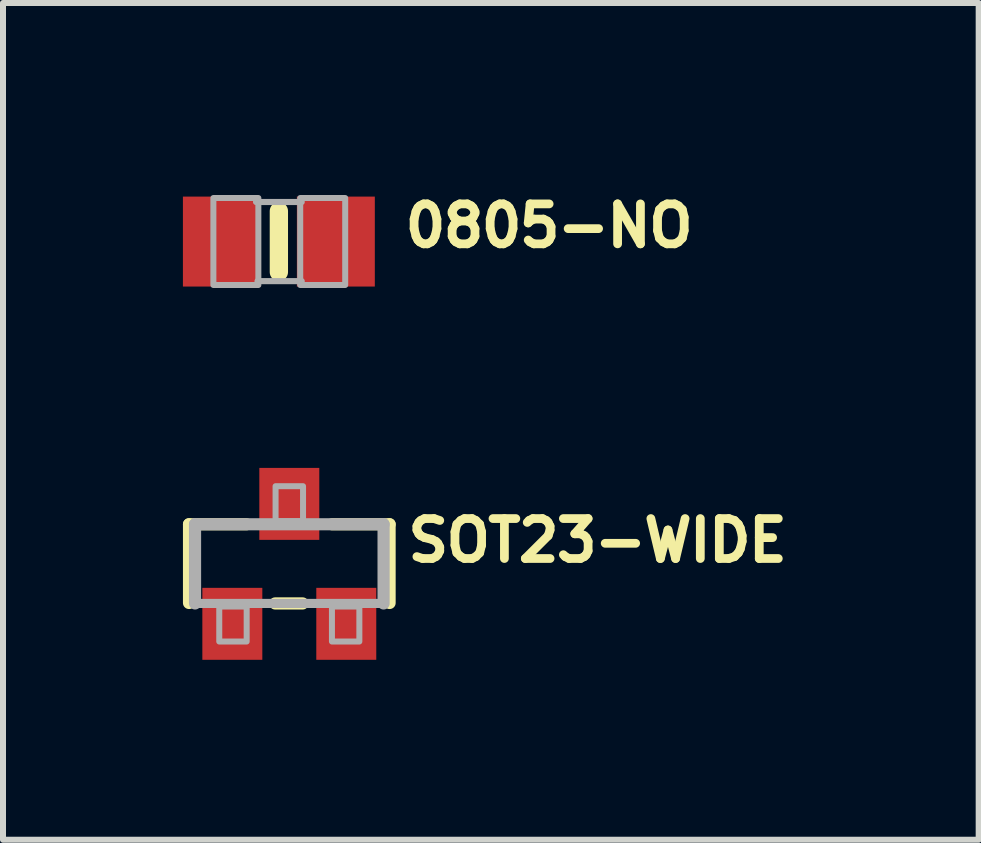
<source format=kicad_pcb>
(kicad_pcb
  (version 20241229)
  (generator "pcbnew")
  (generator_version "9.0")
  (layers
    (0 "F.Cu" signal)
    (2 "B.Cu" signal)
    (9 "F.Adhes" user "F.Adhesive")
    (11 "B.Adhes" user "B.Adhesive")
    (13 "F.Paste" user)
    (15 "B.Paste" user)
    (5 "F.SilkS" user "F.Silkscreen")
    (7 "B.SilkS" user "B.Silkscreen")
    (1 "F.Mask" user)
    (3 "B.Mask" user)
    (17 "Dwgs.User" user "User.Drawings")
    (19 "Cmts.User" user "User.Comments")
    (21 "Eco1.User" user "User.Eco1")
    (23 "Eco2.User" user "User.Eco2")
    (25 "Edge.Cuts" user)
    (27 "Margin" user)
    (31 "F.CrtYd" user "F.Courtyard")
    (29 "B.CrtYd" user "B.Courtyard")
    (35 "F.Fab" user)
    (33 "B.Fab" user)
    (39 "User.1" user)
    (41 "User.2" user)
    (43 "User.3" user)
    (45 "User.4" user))
  (footprint "0805-NO"
    (layer "F.Cu")
    (at 1.6 0.978)
    (property "Reference" "0805-NO" (at 2.032 0.127 0) (layer "F.SilkS") (effects (font (size 0.666 0.666) (thickness 0.146)) (justify left bottom)))
    (fp_line (start 0 -0.508) (end 0 0.508) (stroke (width 0.305) (type solid)) (layer "F.SilkS"))
    (fp_line (start -0.381 -0.66) (end 0.381 -0.66) (stroke (width 0.102) (type solid)) (layer "F.Fab"))
    (fp_line (start -0.356 0.66) (end 0.381 0.66) (stroke (width 0.102) (type solid)) (layer "F.Fab"))
    (fp_poly (pts (xy -1.092 0.724) (xy -0.342 0.724) (xy -0.342 -0.726) (xy -1.092 -0.726)) (stroke (width 0.1) (type default)) (fill no) (layer "F.Fab"))
    (fp_poly (pts (xy 0.356 0.724) (xy 1.106 0.724) (xy 1.106 -0.726) (xy 0.356 -0.726)) (stroke (width 0.1) (type default)) (fill no) (layer "F.Fab"))
    (pad "1" smd rect (at -0.95 0) (size 1.3 1.5) (layers "F.Cu" "F.Mask" "F.Paste"))
    (pad "2" smd rect (at 0.95 0) (size 1.3 1.5) (layers "F.Cu" "F.Mask" "F.Paste")))
  (footprint "SOT23-WIDE"
    (layer "F.Cu")
    (at 1.774 6.352)
    (property "Reference" "SOT23-WIDE" (at 1.905 0 0) (layer "F.SilkS") (effects (font (size 0.666 0.666) (thickness 0.146)) (justify left bottom)))
    (fp_line (start -1.672 -0.66) (end -0.714 -0.66) (stroke (width 0.203) (type solid)) (layer "F.SilkS"))
    (fp_line (start -1.672 0.652) (end -1.672 -0.66) (stroke (width 0.203) (type solid)) (layer "F.SilkS"))
    (fp_line (start 0.222 0.66) (end -0.236 0.66) (stroke (width 0.203) (type solid)) (layer "F.SilkS"))
    (fp_line (start 0.714 -0.66) (end 1.672 -0.66) (stroke (width 0.203) (type solid)) (layer "F.SilkS"))
    (fp_line (start 1.672 -0.66) (end 1.672 0.652) (stroke (width 0.203) (type solid)) (layer "F.SilkS"))
    (fp_line (start -1.572 -0.66) (end 1.572 -0.66) (stroke (width 0.203) (type solid)) (layer "F.Fab"))
    (fp_line (start -1.572 0.66) (end -1.572 -0.66) (stroke (width 0.203) (type solid)) (layer "F.Fab"))
    (fp_line (start 1.572 -0.66) (end 1.572 0.66) (stroke (width 0.203) (type solid)) (layer "F.Fab"))
    (fp_line (start 1.572 0.66) (end -1.572 0.66) (stroke (width 0.152) (type solid)) (layer "F.Fab"))
    (fp_poly (pts (xy -1.168 1.295) (xy -0.711 1.295) (xy -0.711 0.711) (xy -1.168 0.711)) (stroke (width 0.1) (type default)) (fill no) (layer "F.Fab"))
    (fp_poly (pts (xy -0.229 -0.711) (xy 0.229 -0.711) (xy 0.229 -1.295) (xy -0.229 -1.295)) (stroke (width 0.1) (type default)) (fill no) (layer "F.Fab"))
    (fp_poly (pts (xy 0.711 1.295) (xy 1.168 1.295) (xy 1.168 0.711) (xy 0.711 0.711)) (stroke (width 0.1) (type default)) (fill no) (layer "F.Fab"))
    (pad "1" smd rect (at -0.95 1) (size 1 1.2) (layers "F.Cu" "F.Mask" "F.Paste"))
    (pad "2" smd rect (at 0.95 1) (size 1 1.2) (layers "F.Cu" "F.Mask" "F.Paste"))
    (pad "3" smd rect (at 0 -1) (size 1 1.2) (layers "F.Cu" "F.Mask" "F.Paste")))
  (gr_rect
    (start -3 -3)
    (end 13.269 10.952)
    (stroke (width 0.1) (type default))
    (fill no)
    (layer "Edge.Cuts")))
</source>
